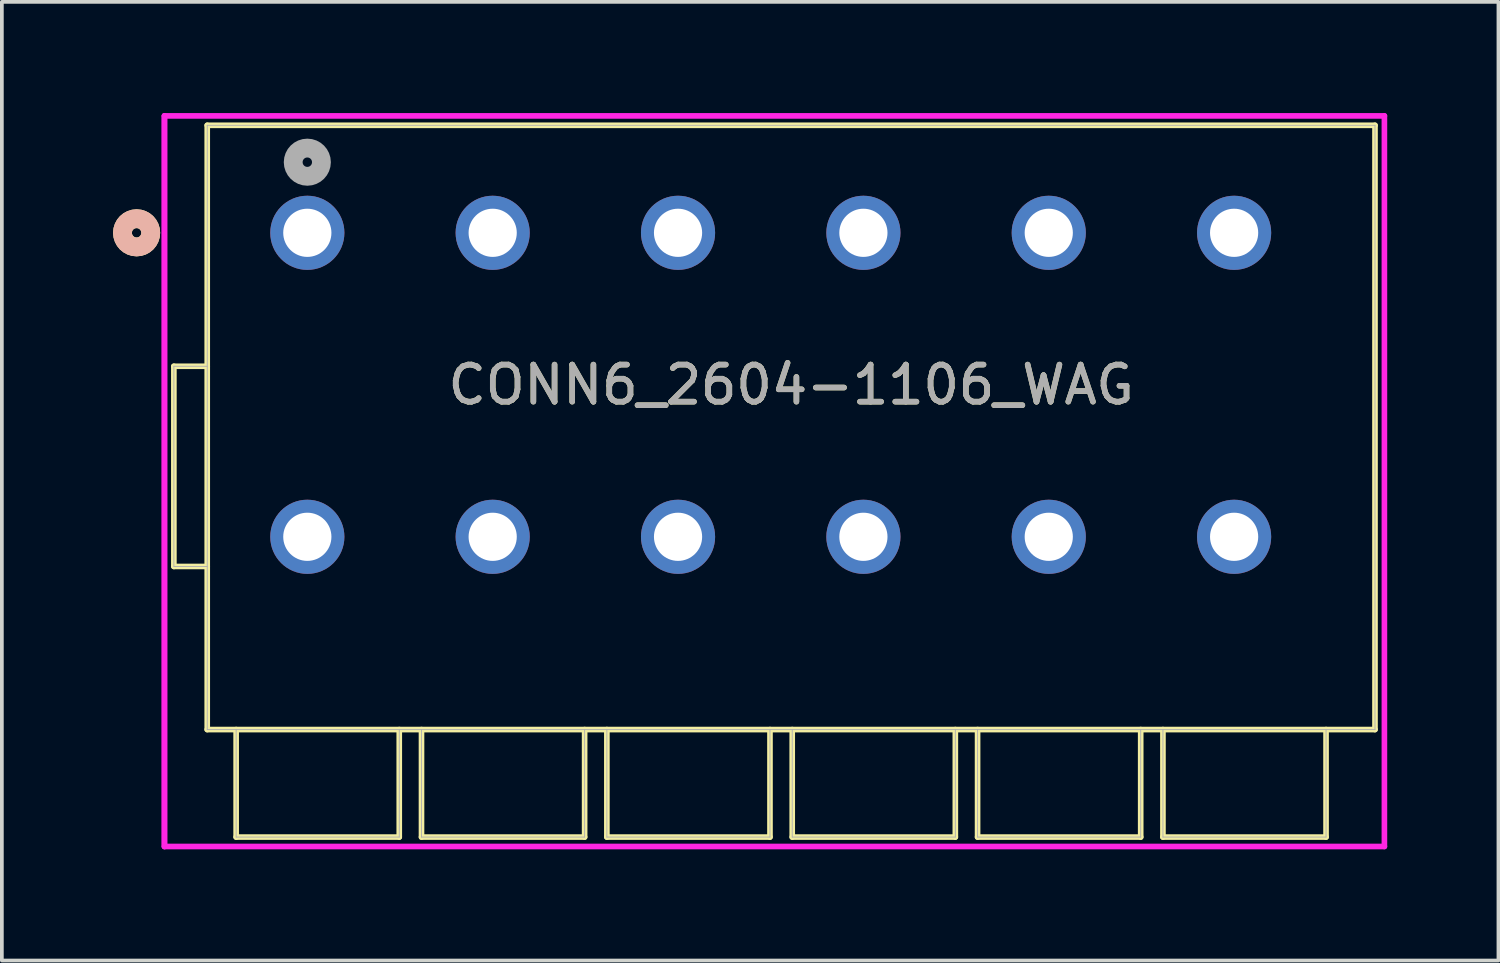
<source format=kicad_pcb>
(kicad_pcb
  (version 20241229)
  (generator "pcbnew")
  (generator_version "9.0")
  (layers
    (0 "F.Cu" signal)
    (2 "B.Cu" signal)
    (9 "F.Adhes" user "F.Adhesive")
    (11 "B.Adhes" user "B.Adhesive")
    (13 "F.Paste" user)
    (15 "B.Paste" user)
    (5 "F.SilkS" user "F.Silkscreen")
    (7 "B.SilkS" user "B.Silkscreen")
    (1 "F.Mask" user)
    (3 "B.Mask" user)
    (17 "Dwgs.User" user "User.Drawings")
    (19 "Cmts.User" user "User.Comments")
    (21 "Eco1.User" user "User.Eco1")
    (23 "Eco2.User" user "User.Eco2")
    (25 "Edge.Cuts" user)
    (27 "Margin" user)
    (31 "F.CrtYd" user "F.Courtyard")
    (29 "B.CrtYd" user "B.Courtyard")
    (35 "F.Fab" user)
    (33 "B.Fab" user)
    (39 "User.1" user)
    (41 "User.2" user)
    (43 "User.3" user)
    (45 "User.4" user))
  (footprint "CONN6_2604-1106_WAG"
    (layer "F.Cu")
    (at 5.24 3.23)
    (property "Reference" "CONN6_2604-1106_WAG" (at 13.05 4.1 0) (unlocked yes) (layer "F.SilkS") (effects (font (size 1 1) (thickness 0.15))))
    (attr through_hole)
    (fp_line (start -3.6 9) (end -3.6 3.6) (stroke (width 0.152) (type solid)) (layer "F.SilkS"))
    (fp_line (start -2.7 3.6) (end -3.6 3.6) (stroke (width 0.152) (type solid)) (layer "F.SilkS"))
    (fp_line (start -2.7 9) (end -3.6 9) (stroke (width 0.152) (type solid)) (layer "F.SilkS"))
    (fp_line (start -2.7 -2.9) (end 28.8 -2.9) (stroke (width 0.152) (type solid)) (layer "F.SilkS"))
    (fp_line (start -2.7 13.4) (end -2.7 -2.9) (stroke (width 0.152) (type solid)) (layer "F.SilkS"))
    (fp_line (start -2.7 13.4) (end 28.8 13.4) (stroke (width 0.152) (type solid)) (layer "F.SilkS"))
    (fp_line (start -1.92 13.4) (end -1.92 16.3) (stroke (width 0.152) (type solid)) (layer "F.SilkS"))
    (fp_line (start -1.92 16.3) (end 2.48 16.3) (stroke (width 0.152) (type solid)) (layer "F.SilkS"))
    (fp_line (start 2.48 13.4) (end 2.48 16.3) (stroke (width 0.152) (type solid)) (layer "F.SilkS"))
    (fp_line (start 3.08 13.4) (end 3.08 16.3) (stroke (width 0.152) (type solid)) (layer "F.SilkS"))
    (fp_line (start 3.08 16.3) (end 7.48 16.3) (stroke (width 0.152) (type solid)) (layer "F.SilkS"))
    (fp_line (start 7.48 13.4) (end 7.48 16.3) (stroke (width 0.152) (type solid)) (layer "F.SilkS"))
    (fp_line (start 8.08 13.4) (end 8.08 16.3) (stroke (width 0.152) (type solid)) (layer "F.SilkS"))
    (fp_line (start 8.08 16.3) (end 12.48 16.3) (stroke (width 0.152) (type solid)) (layer "F.SilkS"))
    (fp_line (start 12.48 13.4) (end 12.48 16.3) (stroke (width 0.152) (type solid)) (layer "F.SilkS"))
    (fp_line (start 13.08 13.4) (end 13.08 16.3) (stroke (width 0.152) (type solid)) (layer "F.SilkS"))
    (fp_line (start 13.08 16.3) (end 17.48 16.3) (stroke (width 0.152) (type solid)) (layer "F.SilkS"))
    (fp_line (start 17.48 13.4) (end 17.48 16.3) (stroke (width 0.152) (type solid)) (layer "F.SilkS"))
    (fp_line (start 18.08 13.4) (end 18.08 16.3) (stroke (width 0.152) (type solid)) (layer "F.SilkS"))
    (fp_line (start 18.08 16.3) (end 22.48 16.3) (stroke (width 0.152) (type solid)) (layer "F.SilkS"))
    (fp_line (start 22.48 13.4) (end 22.48 16.3) (stroke (width 0.152) (type solid)) (layer "F.SilkS"))
    (fp_line (start 23.08 13.4) (end 23.08 16.3) (stroke (width 0.152) (type solid)) (layer "F.SilkS"))
    (fp_line (start 23.08 16.3) (end 27.48 16.3) (stroke (width 0.152) (type solid)) (layer "F.SilkS"))
    (fp_line (start 27.48 13.4) (end 27.48 16.3) (stroke (width 0.152) (type solid)) (layer "F.SilkS"))
    (fp_line (start 28.8 -2.9) (end 28.8 13.4) (stroke (width 0.152) (type solid)) (layer "F.SilkS"))
    (fp_circle (center -4.605 0) (end -4.224 0) (stroke (width 0.508) (type solid)) (fill no) (layer "F.SilkS"))
    (fp_circle (center -4.605 0) (end -4.224 0) (stroke (width 0.508) (type solid)) (fill no) (layer "B.SilkS"))
    (fp_line (start -3.854 -3.154) (end -3.854 16.554) (stroke (width 0.152) (type solid)) (layer "F.CrtYd"))
    (fp_line (start -3.854 -3.154) (end -3.854 16.554) (stroke (width 0.152) (type solid)) (layer "F.CrtYd"))
    (fp_line (start -3.854 16.554) (end 29.054 16.554) (stroke (width 0.152) (type solid)) (layer "F.CrtYd"))
    (fp_line (start 29.054 -3.154) (end -3.854 -3.154) (stroke (width 0.152) (type solid)) (layer "F.CrtYd"))
    (fp_line (start 29.054 16.554) (end 29.054 -3.154) (stroke (width 0.152) (type solid)) (layer "F.CrtYd"))
    (fp_line (start -3.6 9) (end -3.6 3.6) (stroke (width 0.025) (type solid)) (layer "F.Fab"))
    (fp_line (start -2.7 3.6) (end -3.6 3.6) (stroke (width 0.025) (type solid)) (layer "F.Fab"))
    (fp_line (start -2.7 9) (end -3.6 9) (stroke (width 0.025) (type solid)) (layer "F.Fab"))
    (fp_line (start -2.7 -2.9) (end 28.8 -2.9) (stroke (width 0.025) (type solid)) (layer "F.Fab"))
    (fp_line (start -2.7 13.4) (end -2.7 -2.9) (stroke (width 0.025) (type solid)) (layer "F.Fab"))
    (fp_line (start -2.7 13.4) (end 28.8 13.4) (stroke (width 0.025) (type solid)) (layer "F.Fab"))
    (fp_line (start -1.92 13.4) (end -1.92 16.3) (stroke (width 0.025) (type solid)) (layer "F.Fab"))
    (fp_line (start -1.92 16.3) (end 2.48 16.3) (stroke (width 0.025) (type solid)) (layer "F.Fab"))
    (fp_line (start 2.48 13.4) (end 2.48 16.3) (stroke (width 0.025) (type solid)) (layer "F.Fab"))
    (fp_line (start 3.08 13.4) (end 3.08 16.3) (stroke (width 0.025) (type solid)) (layer "F.Fab"))
    (fp_line (start 3.08 16.3) (end 7.48 16.3) (stroke (width 0.025) (type solid)) (layer "F.Fab"))
    (fp_line (start 7.48 13.4) (end 7.48 16.3) (stroke (width 0.025) (type solid)) (layer "F.Fab"))
    (fp_line (start 8.08 13.4) (end 8.08 16.3) (stroke (width 0.025) (type solid)) (layer "F.Fab"))
    (fp_line (start 8.08 16.3) (end 12.48 16.3) (stroke (width 0.025) (type solid)) (layer "F.Fab"))
    (fp_line (start 12.48 13.4) (end 12.48 16.3) (stroke (width 0.025) (type solid)) (layer "F.Fab"))
    (fp_line (start 13.08 13.4) (end 13.08 16.3) (stroke (width 0.025) (type solid)) (layer "F.Fab"))
    (fp_line (start 13.08 16.3) (end 17.48 16.3) (stroke (width 0.025) (type solid)) (layer "F.Fab"))
    (fp_line (start 17.48 13.4) (end 17.48 16.3) (stroke (width 0.025) (type solid)) (layer "F.Fab"))
    (fp_line (start 18.08 13.4) (end 18.08 16.3) (stroke (width 0.025) (type solid)) (layer "F.Fab"))
    (fp_line (start 18.08 16.3) (end 22.48 16.3) (stroke (width 0.025) (type solid)) (layer "F.Fab"))
    (fp_line (start 22.48 13.4) (end 22.48 16.3) (stroke (width 0.025) (type solid)) (layer "F.Fab"))
    (fp_line (start 23.08 13.4) (end 23.08 16.3) (stroke (width 0.025) (type solid)) (layer "F.Fab"))
    (fp_line (start 23.08 16.3) (end 27.48 16.3) (stroke (width 0.025) (type solid)) (layer "F.Fab"))
    (fp_line (start 27.48 13.4) (end 27.48 16.3) (stroke (width 0.025) (type solid)) (layer "F.Fab"))
    (fp_line (start 28.8 -2.9) (end 28.8 13.4) (stroke (width 0.025) (type solid)) (layer "F.Fab"))
    (fp_circle (center 0 -1.905) (end 0.381 -1.905) (stroke (width 0.508) (type solid)) (fill no) (layer "F.Fab"))
    (fp_text user "${REFERENCE}" (at 13.05 4.1 0) (unlocked yes) (layer "F.Fab") (effects (font (size 1 1) (thickness 0.15))))
    (pad "1" thru_hole circle (at 0 0) (size 2 2) (drill 1.3) (layers "*.Cu" "*.Mask"))
    (pad "2" thru_hole circle (at 0 8.2) (size 2 2) (drill 1.3) (layers "*.Cu" "*.Mask"))
    (pad "3" thru_hole circle (at 5 0) (size 2 2) (drill 1.3) (layers "*.Cu" "*.Mask"))
    (pad "4" thru_hole circle (at 5 8.2) (size 2 2) (drill 1.3) (layers "*.Cu" "*.Mask"))
    (pad "5" thru_hole circle (at 10 0) (size 2 2) (drill 1.3) (layers "*.Cu" "*.Mask"))
    (pad "6" thru_hole circle (at 10 8.2) (size 2 2) (drill 1.3) (layers "*.Cu" "*.Mask"))
    (pad "7" thru_hole circle (at 15 0) (size 2 2) (drill 1.3) (layers "*.Cu" "*.Mask"))
    (pad "8" thru_hole circle (at 15 8.2) (size 2 2) (drill 1.3) (layers "*.Cu" "*.Mask"))
    (pad "9" thru_hole circle (at 20 0) (size 2 2) (drill 1.3) (layers "*.Cu" "*.Mask"))
    (pad "10" thru_hole circle (at 20 8.2) (size 2 2) (drill 1.3) (layers "*.Cu" "*.Mask"))
    (pad "11" thru_hole circle (at 25 0) (size 2 2) (drill 1.3) (layers "*.Cu" "*.Mask"))
    (pad "12" thru_hole circle (at 25 8.2) (size 2 2) (drill 1.3) (layers "*.Cu" "*.Mask")))
  (gr_rect
    (start -3 -3)
    (end 37.37 22.86)
    (stroke (width 0.1) (type default))
    (fill no)
    (layer "Edge.Cuts")))
</source>
